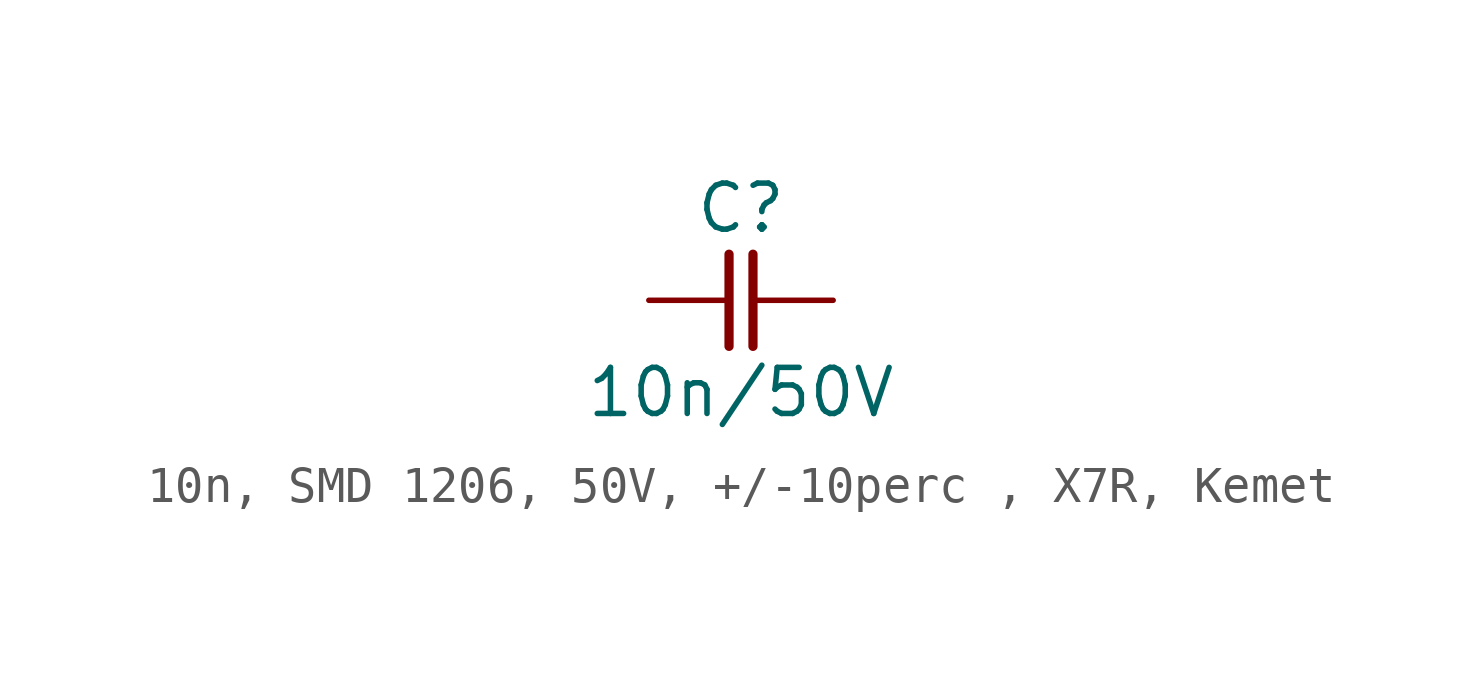
<source format=kicad_sym>
(kicad_symbol_lib
  (version 20231120)
  (generator "kicad_symbol_editor")
  (generator_version "8.0")
  (symbol "10n, SMD 1206, 50V, +/-10perc , X7R, Kemet"
    (pin_numbers hide)
    (pin_names
      (offset 0) hide)
    (property "Reference" "C"
      (at 0 2.54 0)
      (effects (font (size 1.27 1.27))))
    (property "Value" "10n/50V"
      (at 0 -2.54 0)
      (effects (font (size 1.27 1.27))))
    (symbol "10n, SMD 1206, 50V, +/-10perc , X7R, Kemet_0_1"
      (polyline (pts (xy -0.33 1.27) (xy -0.33 -1.27)) (stroke (width 0.254) (type default)) (fill (type none)))
      (polyline (pts (xy 0.33 1.27) (xy 0.33 -1.27)) (stroke (width 0.254) (type default)) (fill (type none))))
    (symbol "10n, SMD 1206, 50V, +/-10perc , X7R, Kemet_1_1"
      (pin passive line (at -2.54 0 0) (length 2.21) (name "1" (effects (font (size 1.27 1.27)))) (number "1" (effects (font (size 1.27 1.27)))))
      (pin passive line (at 2.54 0 180) (length 2.21) (name "2" (effects (font (size 1.27 1.27)))) (number "2" (effects (font (size 1.27 1.27))))))))
</source>
